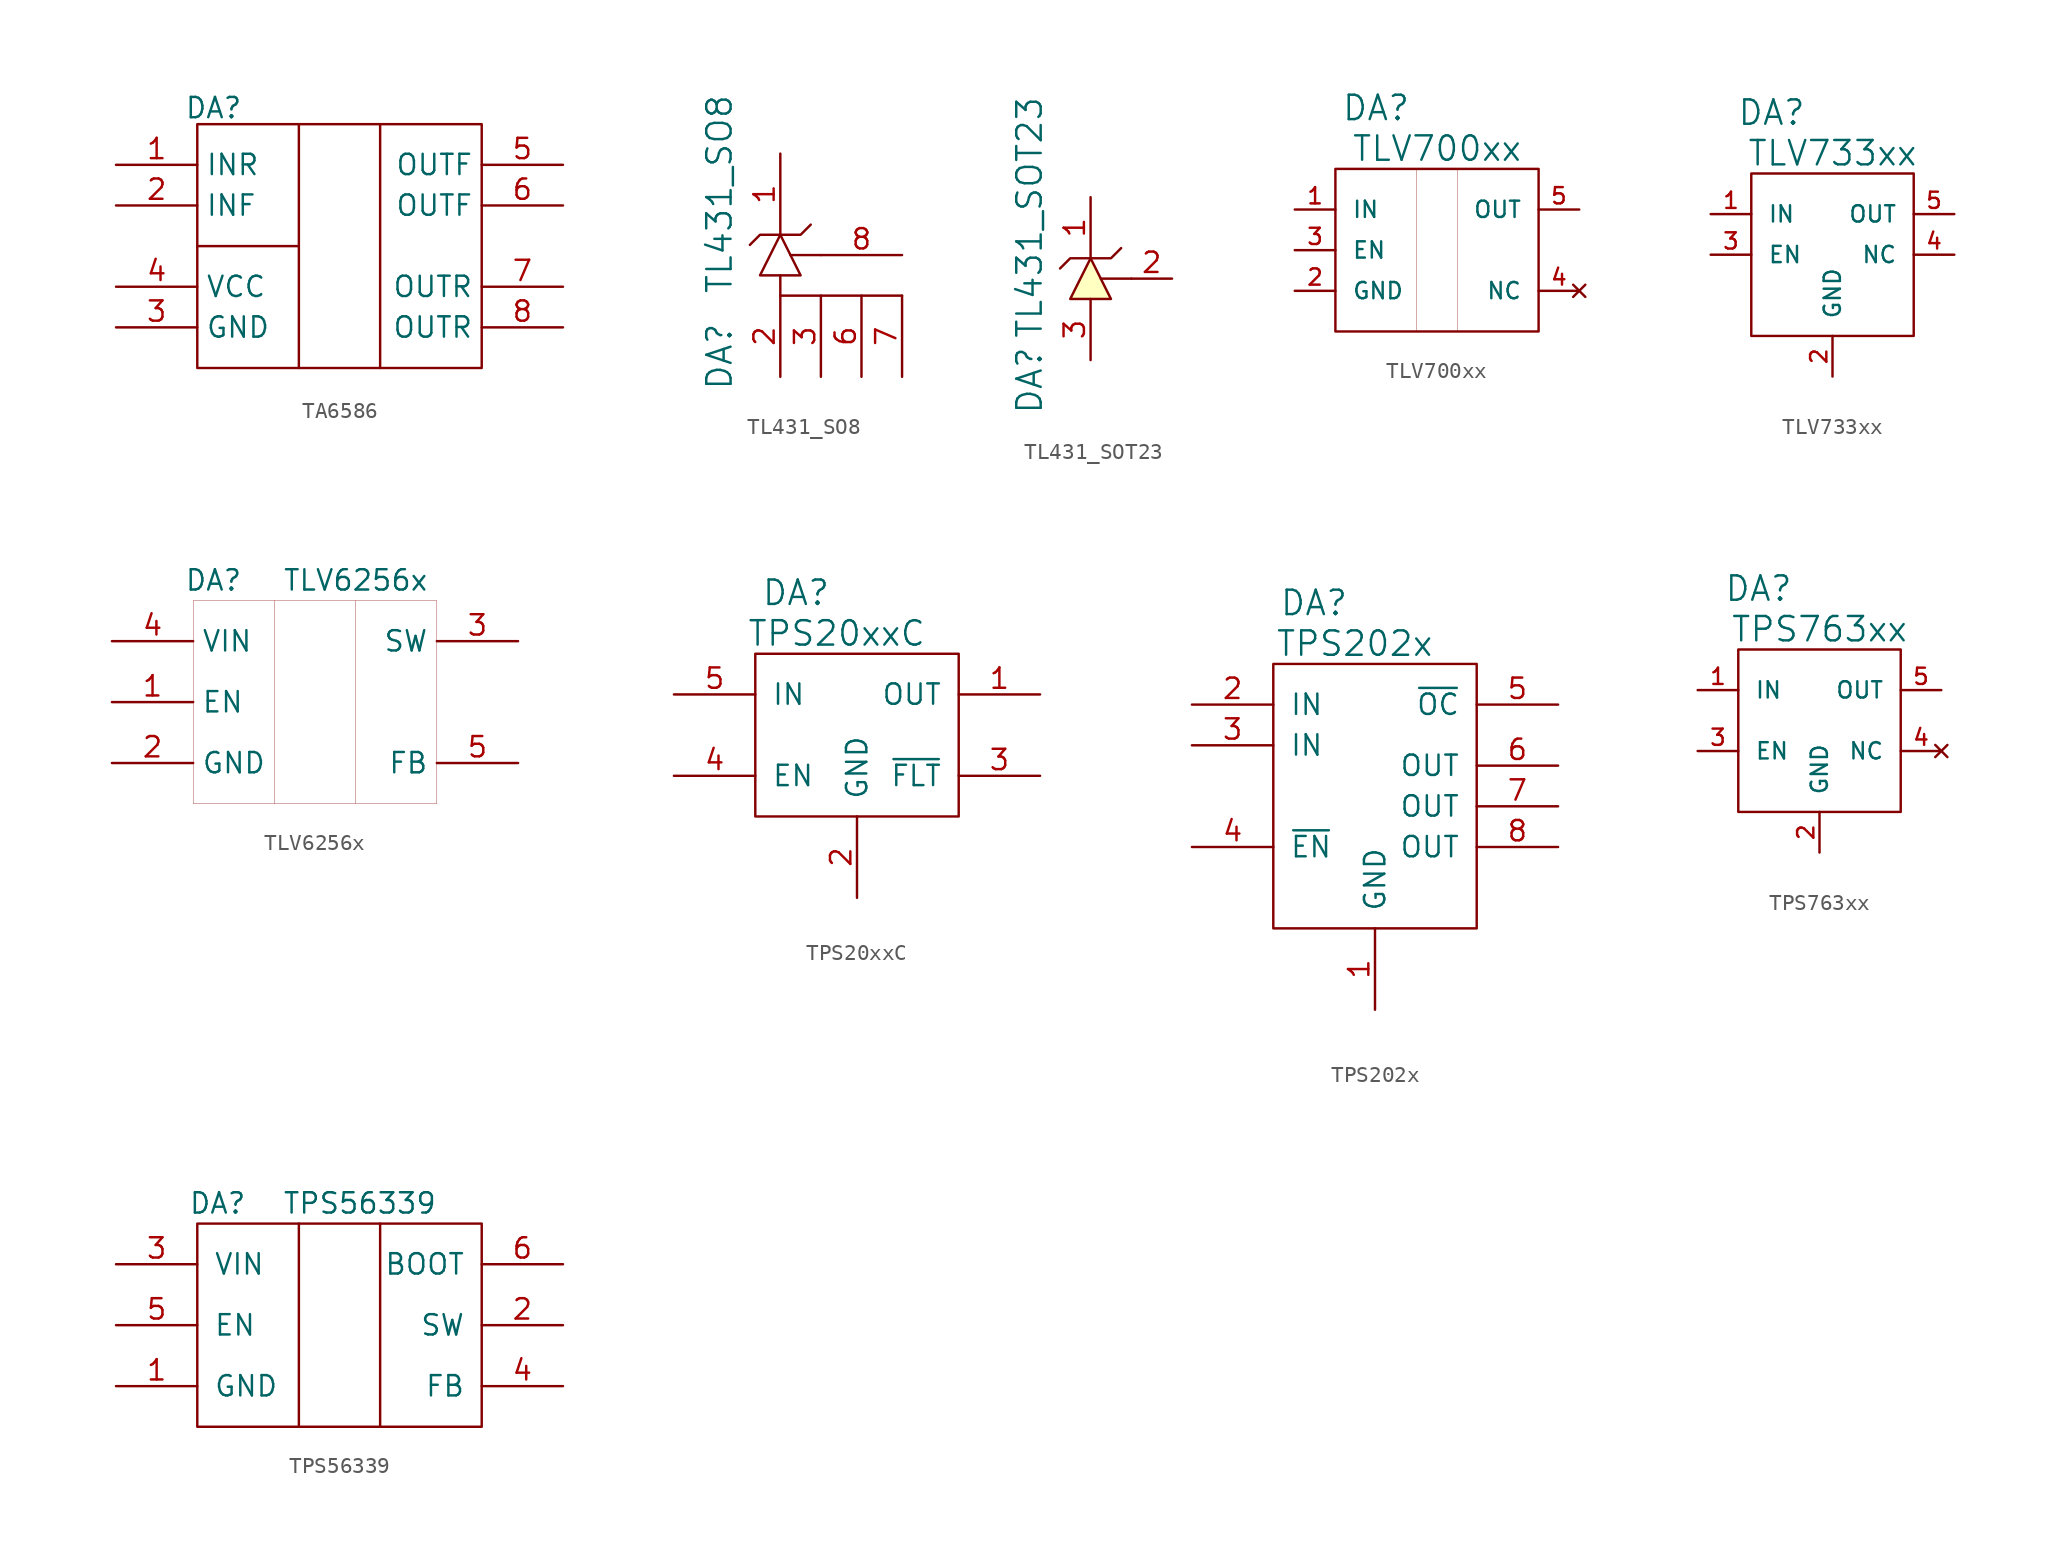
<source format=kicad_sym>
(kicad_symbol_lib
  (version 20231120)
  (generator "kicad_symbol_editor")
  (generator_version "8.0")
  (symbol "TA6586"
    (property "Reference" "DA"
      (at -7.874 8.636 0)
      (effects (font (size 1.27 1.27))))
    (property "Value" ""
      (at 0 5.08 0)
      (effects (font (size 1.27 1.27))))
    (symbol "TA6586_0_1"
      (rectangle (start -8.89 7.62) (end 8.89 -7.62) (stroke (width 0) (type default)) (fill (type none)))
      (polyline (pts (xy -8.89 0) (xy -2.54 0)) (stroke (width 0) (type default)) (fill (type none)))
      (polyline (pts (xy -2.54 -7.62) (xy -2.54 7.62)) (stroke (width 0) (type default)) (fill (type none)))
      (polyline (pts (xy 2.54 -7.62) (xy 2.54 7.62)) (stroke (width 0) (type default)) (fill (type none))))
    (symbol "TA6586_1_1"
      (pin input line (at -13.97 5.08 0) (length 5.08) (name "INR" (effects (font (size 1.27 1.27)))) (number "1" (effects (font (size 1.27 1.27)))))
      (pin input line (at -13.97 2.54 0) (length 5.08) (name "INF" (effects (font (size 1.27 1.27)))) (number "2" (effects (font (size 1.27 1.27)))))
      (pin power_in line (at -13.97 -5.08 0) (length 5.08) (name "GND" (effects (font (size 1.27 1.27)))) (number "3" (effects (font (size 1.27 1.27)))))
      (pin power_in line (at -13.97 -2.54 0) (length 5.08) (name "VCC" (effects (font (size 1.27 1.27)))) (number "4" (effects (font (size 1.27 1.27)))))
      (pin passive line (at 13.97 5.08 180) (length 5.08) (name "OUTF" (effects (font (size 1.27 1.27)))) (number "5" (effects (font (size 1.27 1.27)))))
      (pin passive line (at 13.97 2.54 180) (length 5.08) (name "OUTF" (effects (font (size 1.27 1.27)))) (number "6" (effects (font (size 1.27 1.27)))))
      (pin passive line (at 13.97 -2.54 180) (length 5.08) (name "OUTR" (effects (font (size 1.27 1.27)))) (number "7" (effects (font (size 1.27 1.27)))))
      (pin passive line (at 13.97 -5.08 180) (length 5.08) (name "OUTR" (effects (font (size 1.27 1.27)))) (number "8" (effects (font (size 1.27 1.27)))))))
  (symbol "TL431_SO8"
    (pin_names
      (offset 1.016) hide)
    (property "Reference" "DA"
      (at -3.81 -6.35 90)
      (effects (font (size 1.524 1.524))))
    (property "Value" "TL431_SO8"
      (at -3.81 3.81 90)
      (effects (font (size 1.524 1.524))))
    (property "Footprint" ""
      (at 0 0 0)
      (effects (font (size 1.524 1.524))))
    (property "Datasheet" ""
      (at 0 0 0)
      (effects (font (size 1.524 1.524))))
    (symbol "TL431_SO8_0_1"
      (rectangle (start 0 -2.54) (end 7.62 -2.54) (stroke (width 0) (type default)) (fill (type none)))
      (polyline (pts (xy 0 -1.27) (xy 0 -2.54)) (stroke (width 0) (type default)) (fill (type none)))
      (polyline (pts (xy 0.635 0) (xy 2.54 0)) (stroke (width 0) (type default)) (fill (type none)))
      (polyline (pts (xy -1.905 0.635) (xy -1.27 1.27) (xy 1.27 1.27) (xy 1.905 1.905)) (stroke (width 0) (type default)) (fill (type none)))
      (polyline (pts (xy -1.27 -1.27) (xy 0 1.27) (xy 1.27 -1.27) (xy -1.27 -1.27)) (stroke (width 0) (type default)) (fill (type none))))
    (symbol "TL431_SO8_1_1"
      (pin passive line (at 0 6.35 270) (length 5.08) (name "C" (effects (font (size 1.27 1.27)))) (number "1" (effects (font (size 1.27 1.27)))))
      (pin passive line (at 0 -7.62 90) (length 5.08) (name "A" (effects (font (size 1.27 1.27)))) (number "2" (effects (font (size 1.27 1.27)))))
      (pin passive line (at 2.54 -7.62 90) (length 5.08) (name "A" (effects (font (size 1.27 1.27)))) (number "3" (effects (font (size 1.27 1.27)))))
      (pin passive line (at 5.08 -7.62 90) (length 5.08) (name "A" (effects (font (size 1.27 1.27)))) (number "6" (effects (font (size 1.27 1.27)))))
      (pin passive line (at 7.62 -7.62 90) (length 5.08) (name "A" (effects (font (size 1.27 1.27)))) (number "7" (effects (font (size 1.27 1.27)))))
      (pin passive line (at 7.62 0 180) (length 5.08) (name "Ref" (effects (font (size 1.27 1.27)))) (number "8" (effects (font (size 1.27 1.27)))))))
  (symbol "TL431_SOT23"
    (pin_names
      (offset 1.016) hide)
    (property "Reference" "DA"
      (at -3.81 -6.35 90)
      (effects (font (size 1.524 1.524))))
    (property "Value" "TL431_SOT23"
      (at -3.81 3.81 90)
      (effects (font (size 1.524 1.524))))
    (property "Datasheet" ""
      (at -3.81 -6.35 90)
      (effects (font (size 1.524 1.524))))
    (symbol "TL431_SOT23_0_1"
      (polyline (pts (xy 0.635 0) (xy 2.54 0)) (stroke (width 0) (type default)) (fill (type none)))
      (polyline (pts (xy -1.905 0.635) (xy -1.27 1.27) (xy 1.27 1.27) (xy 1.905 1.905)) (stroke (width 0) (type default)) (fill (type none)))
      (polyline (pts (xy -1.27 -1.27) (xy 0 1.27) (xy 1.27 -1.27) (xy -1.27 -1.27)) (stroke (width 0) (type default)) (fill (type background))))
    (symbol "TL431_SOT23_1_1"
      (pin passive line (at 0 5.08 270) (length 3.81) (name "C" (effects (font (size 1.27 1.27)))) (number "1" (effects (font (size 1.27 1.27)))))
      (pin passive line (at 5.08 0 180) (length 2.54) (name "Ref" (effects (font (size 1.27 1.27)))) (number "2" (effects (font (size 1.27 1.27)))))
      (pin passive line (at 0 -5.08 90) (length 3.81) (name "A" (effects (font (size 1.27 1.27)))) (number "3" (effects (font (size 1.27 1.27)))))))
  (symbol "TLV700xx"
    (pin_names
      (offset 1.016))
    (property "Reference" "DA"
      (at -3.81 7.62 0)
      (effects (font (size 1.524 1.524))))
    (property "Value" "TLV700xx"
      (at 0 5.08 0)
      (effects (font (size 1.524 1.524))))
    (property "Datasheet" ""
      (at 0 0 0)
      (effects (font (size 1.524 1.524))))
    (symbol "TLV700xx_0_1"
      (rectangle (start -6.35 3.81) (end 6.35 -6.35) (stroke (width 0) (type default)) (fill (type none)))
      (polyline (pts (xy -1.27 -6.35) (xy -1.27 3.81)) (stroke (width 0.001) (type default)) (fill (type none)))
      (polyline (pts (xy 1.27 3.81) (xy 1.27 -6.35)) (stroke (width 0.001) (type default)) (fill (type none))))
    (symbol "TLV700xx_1_1"
      (pin passive line (at -8.89 1.27 0) (length 2.54) (name "IN" (effects (font (size 1.016 1.016)))) (number "1" (effects (font (size 1.016 1.016)))))
      (pin power_in line (at -8.89 -3.81 0) (length 2.54) (name "GND" (effects (font (size 1.016 1.016)))) (number "2" (effects (font (size 1.016 1.016)))))
      (pin passive line (at -8.89 -1.27 0) (length 2.54) (name "EN" (effects (font (size 1.016 1.016)))) (number "3" (effects (font (size 1.016 1.016)))))
      (pin no_connect line (at 8.89 -3.81 180) (length 2.54) (name "NC" (effects (font (size 1.016 1.016)))) (number "4" (effects (font (size 1.016 1.016)))))
      (pin power_out line (at 8.89 1.27 180) (length 2.54) (name "OUT" (effects (font (size 1.016 1.016)))) (number "5" (effects (font (size 1.016 1.016)))))))
  (symbol "TLV733xx"
    (pin_names
      (offset 1.016))
    (property "Reference" "DA"
      (at -3.81 7.62 0)
      (effects (font (size 1.524 1.524))))
    (property "Value" "TLV733xx"
      (at 0 5.08 0)
      (effects (font (size 1.524 1.524))))
    (property "Footprint" ""
      (at 0 0 0)
      (effects (font (size 1.524 1.524))))
    (property "Datasheet" ""
      (at 0 0 0)
      (effects (font (size 1.524 1.524))))
    (symbol "TLV733xx_0_1"
      (rectangle (start -5.08 3.81) (end 5.08 -6.35) (stroke (width 0) (type default)) (fill (type none))))
    (symbol "TLV733xx_1_1"
      (pin passive line (at -7.62 1.27 0) (length 2.54) (name "IN" (effects (font (size 1.016 1.016)))) (number "1" (effects (font (size 1.016 1.016)))))
      (pin power_in line (at 0 -8.89 90) (length 2.54) (name "GND" (effects (font (size 1.016 1.016)))) (number "2" (effects (font (size 1.016 1.016)))))
      (pin passive line (at -7.62 -1.27 0) (length 2.54) (name "EN" (effects (font (size 1.016 1.016)))) (number "3" (effects (font (size 1.016 1.016)))))
      (pin passive line (at 7.62 -1.27 180) (length 2.54) (name "NC" (effects (font (size 1.016 1.016)))) (number "4" (effects (font (size 1.016 1.016)))))
      (pin power_out line (at 7.62 1.27 180) (length 2.54) (name "OUT" (effects (font (size 1.016 1.016)))) (number "5" (effects (font (size 1.016 1.016)))))))
  (symbol "TLV6256x"
    (property "Reference" "DA"
      (at -6.35 7.62 0)
      (effects (font (size 1.27 1.27))))
    (property "Value" "TLV6256x"
      (at 2.54 7.62 0)
      (effects (font (size 1.27 1.27))))
    (symbol "TLV6256x_0_1"
      (rectangle (start -7.62 6.35) (end 7.62 -6.35) (stroke (width 0.001) (type default)) (fill (type none)))
      (polyline (pts (xy -2.54 -6.35) (xy -2.54 6.35)) (stroke (width 0.001) (type default)) (fill (type none)))
      (polyline (pts (xy 2.54 6.35) (xy 2.54 -6.35)) (stroke (width 0.001) (type default)) (fill (type none))))
    (symbol "TLV6256x_1_1"
      (pin passive line (at -12.7 0 0) (length 5.08) (name "EN" (effects (font (size 1.27 1.27)))) (number "1" (effects (font (size 1.27 1.27)))))
      (pin passive line (at -12.7 -3.81 0) (length 5.08) (name "GND" (effects (font (size 1.27 1.27)))) (number "2" (effects (font (size 1.27 1.27)))))
      (pin passive line (at 12.7 3.81 180) (length 5.08) (name "SW" (effects (font (size 1.27 1.27)))) (number "3" (effects (font (size 1.27 1.27)))))
      (pin passive line (at -12.7 3.81 0) (length 5.08) (name "VIN" (effects (font (size 1.27 1.27)))) (number "4" (effects (font (size 1.27 1.27)))))
      (pin passive line (at 12.7 -3.81 180) (length 5.08) (name "FB" (effects (font (size 1.27 1.27)))) (number "5" (effects (font (size 1.27 1.27)))))))
  (symbol "TPS20xxC"
    (pin_names
      (offset 1.016))
    (property "Reference" "DA"
      (at -3.81 8.89 0)
      (effects (font (size 1.524 1.524))))
    (property "Value" "TPS20xxC"
      (at -1.27 6.35 0)
      (effects (font (size 1.524 1.524))))
    (property "Footprint" ""
      (at 0 0 0)
      (effects (font (size 1.524 1.524))))
    (property "Datasheet" ""
      (at 0 0 0)
      (effects (font (size 1.524 1.524))))
    (symbol "TPS20xxC_0_1"
      (rectangle (start -6.35 5.08) (end 6.35 -5.08) (stroke (width 0) (type default)) (fill (type none))))
    (symbol "TPS20xxC_1_1"
      (pin power_out line (at 11.43 2.54 180) (length 5.08) (name "OUT" (effects (font (size 1.27 1.27)))) (number "1" (effects (font (size 1.27 1.27)))))
      (pin passive line (at 0 -10.16 90) (length 5.08) (name "GND" (effects (font (size 1.27 1.27)))) (number "2" (effects (font (size 1.27 1.27)))))
      (pin passive line (at 11.43 -2.54 180) (length 5.08) (name "~{FLT}" (effects (font (size 1.27 1.27)))) (number "3" (effects (font (size 1.27 1.27)))))
      (pin passive line (at -11.43 -2.54 0) (length 5.08) (name "EN" (effects (font (size 1.27 1.27)))) (number "4" (effects (font (size 1.27 1.27)))))
      (pin power_in line (at -11.43 2.54 0) (length 5.08) (name "IN" (effects (font (size 1.27 1.27)))) (number "5" (effects (font (size 1.27 1.27)))))))
  (symbol "TPS202x"
    (pin_names
      (offset 1.016))
    (property "Reference" "DA"
      (at -3.81 11.43 0)
      (effects (font (size 1.524 1.524))))
    (property "Value" "TPS202x"
      (at -1.27 8.89 0)
      (effects (font (size 1.524 1.524))))
    (property "Footprint" ""
      (at 0 3.81 0)
      (effects (font (size 1.524 1.524))))
    (property "Datasheet" ""
      (at 0 3.81 0)
      (effects (font (size 1.524 1.524))))
    (symbol "TPS202x_0_1"
      (rectangle (start 6.35 7.62) (end -6.35 -8.89) (stroke (width 0) (type default)) (fill (type none))))
    (symbol "TPS202x_1_1"
      (pin power_in line (at 0 -13.97 90) (length 5.08) (name "GND" (effects (font (size 1.27 1.27)))) (number "1" (effects (font (size 1.27 1.27)))))
      (pin power_in line (at -11.43 5.08 0) (length 5.08) (name "IN" (effects (font (size 1.27 1.27)))) (number "2" (effects (font (size 1.27 1.27)))))
      (pin power_in line (at -11.43 2.54 0) (length 5.08) (name "IN" (effects (font (size 1.27 1.27)))) (number "3" (effects (font (size 1.27 1.27)))))
      (pin passive line (at -11.43 -3.81 0) (length 5.08) (name "~{EN}" (effects (font (size 1.27 1.27)))) (number "4" (effects (font (size 1.27 1.27)))))
      (pin passive line (at 11.43 5.08 180) (length 5.08) (name "~{OC}" (effects (font (size 1.27 1.27)))) (number "5" (effects (font (size 1.27 1.27)))))
      (pin power_out line (at 11.43 1.27 180) (length 5.08) (name "OUT" (effects (font (size 1.27 1.27)))) (number "6" (effects (font (size 1.27 1.27)))))
      (pin power_out line (at 11.43 -1.27 180) (length 5.08) (name "OUT" (effects (font (size 1.27 1.27)))) (number "7" (effects (font (size 1.27 1.27)))))
      (pin power_out line (at 11.43 -3.81 180) (length 5.08) (name "OUT" (effects (font (size 1.27 1.27)))) (number "8" (effects (font (size 1.27 1.27)))))))
  (symbol "TPS763xx"
    (pin_names
      (offset 1.016))
    (property "Reference" "DA"
      (at -3.81 7.62 0)
      (effects (font (size 1.524 1.524))))
    (property "Value" "TPS763xx"
      (at 0 5.08 0)
      (effects (font (size 1.524 1.524))))
    (property "Datasheet" ""
      (at 0 0 0)
      (effects (font (size 1.524 1.524))))
    (symbol "TPS763xx_0_1"
      (rectangle (start -5.08 3.81) (end 5.08 -6.35) (stroke (width 0) (type default)) (fill (type none))))
    (symbol "TPS763xx_1_1"
      (pin power_in line (at -7.62 1.27 0) (length 2.54) (name "IN" (effects (font (size 1.016 1.016)))) (number "1" (effects (font (size 1.016 1.016)))))
      (pin power_in line (at 0 -8.89 90) (length 2.54) (name "GND" (effects (font (size 1.016 1.016)))) (number "2" (effects (font (size 1.016 1.016)))))
      (pin passive line (at -7.62 -2.54 0) (length 2.54) (name "EN" (effects (font (size 1.016 1.016)))) (number "3" (effects (font (size 1.016 1.016)))))
      (pin no_connect line (at 7.62 -2.54 180) (length 2.54) (name "NC" (effects (font (size 1.016 1.016)))) (number "4" (effects (font (size 1.016 1.016)))))
      (pin power_out line (at 7.62 1.27 180) (length 2.54) (name "OUT" (effects (font (size 1.016 1.016)))) (number "5" (effects (font (size 1.016 1.016)))))))
  (symbol "TPS56339"
    (pin_names
      (offset 1.016))
    (property "Reference" "DA"
      (at -7.62 7.62 0)
      (effects (font (size 1.27 1.27))))
    (property "Value" "TPS56339"
      (at 1.27 7.62 0)
      (effects (font (size 1.27 1.27))))
    (symbol "TPS56339_0_1"
      (rectangle (start -8.89 6.35) (end 8.89 -6.35) (stroke (width 0) (type default)) (fill (type none)))
      (polyline (pts (xy -2.54 6.35) (xy -2.54 -6.35)) (stroke (width 0) (type default)) (fill (type none)))
      (polyline (pts (xy 2.54 6.35) (xy 2.54 -6.35)) (stroke (width 0) (type default)) (fill (type none))))
    (symbol "TPS56339_1_1"
      (pin power_in line (at -13.97 -3.81 0) (length 5.08) (name "GND" (effects (font (size 1.27 1.27)))) (number "1" (effects (font (size 1.27 1.27)))))
      (pin passive line (at 13.97 0 180) (length 5.08) (name "SW" (effects (font (size 1.27 1.27)))) (number "2" (effects (font (size 1.27 1.27)))))
      (pin power_in line (at -13.97 3.81 0) (length 5.08) (name "VIN" (effects (font (size 1.27 1.27)))) (number "3" (effects (font (size 1.27 1.27)))))
      (pin passive line (at 13.97 -3.81 180) (length 5.08) (name "FB" (effects (font (size 1.27 1.27)))) (number "4" (effects (font (size 1.27 1.27)))))
      (pin passive line (at -13.97 0 0) (length 5.08) (name "EN" (effects (font (size 1.27 1.27)))) (number "5" (effects (font (size 1.27 1.27)))))
      (pin passive line (at 13.97 3.81 180) (length 5.08) (name "BOOT" (effects (font (size 1.27 1.27)))) (number "6" (effects (font (size 1.27 1.27))))))))
</source>
